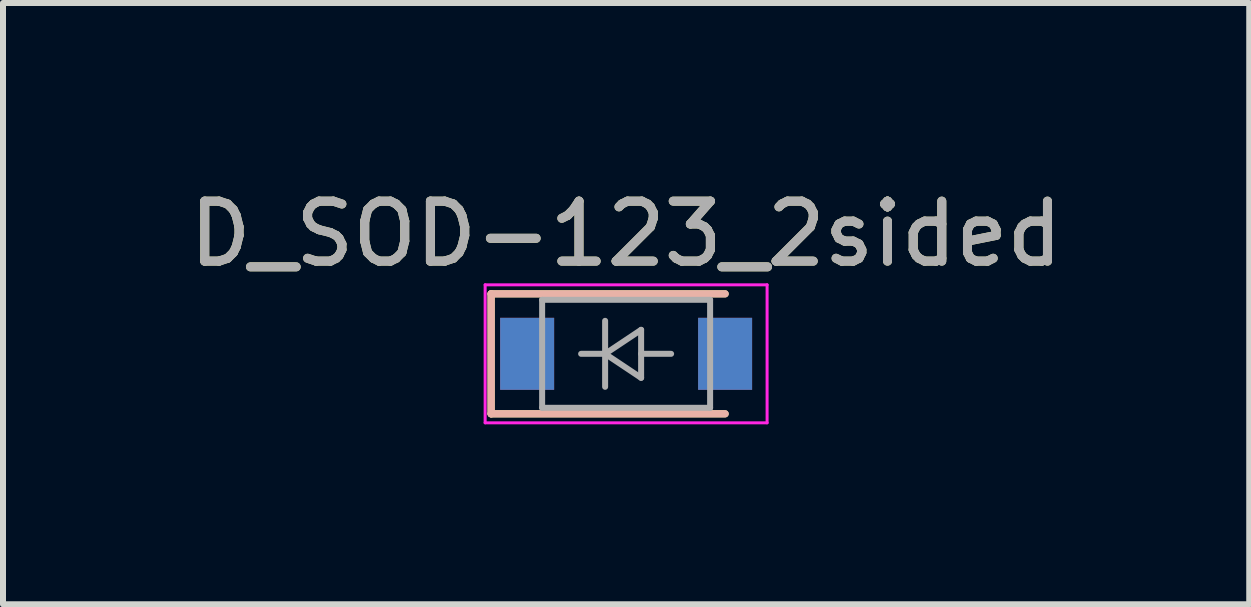
<source format=kicad_pcb>
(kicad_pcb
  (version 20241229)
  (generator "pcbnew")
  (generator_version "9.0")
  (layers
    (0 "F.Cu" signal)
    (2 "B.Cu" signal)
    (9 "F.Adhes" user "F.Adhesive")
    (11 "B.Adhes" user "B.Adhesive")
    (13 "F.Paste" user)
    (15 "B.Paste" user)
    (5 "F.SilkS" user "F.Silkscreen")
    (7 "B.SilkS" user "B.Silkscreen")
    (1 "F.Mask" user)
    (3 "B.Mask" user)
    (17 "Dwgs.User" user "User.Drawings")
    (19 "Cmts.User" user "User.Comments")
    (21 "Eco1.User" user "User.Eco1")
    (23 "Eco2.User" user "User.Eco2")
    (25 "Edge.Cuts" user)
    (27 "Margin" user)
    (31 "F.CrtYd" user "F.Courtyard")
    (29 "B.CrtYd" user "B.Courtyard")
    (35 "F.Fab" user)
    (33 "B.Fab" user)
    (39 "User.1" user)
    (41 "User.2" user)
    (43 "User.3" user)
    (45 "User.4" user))
  (footprint "D_SOD-123_2sided"
    (layer "F.Cu")
    (at 7.387 2.848)
    (property "Reference" "D_SOD-123_2sided" (at 0 -2 0) (layer "F.SilkS") (effects (font (size 1 1) (thickness 0.15))))
    (attr smd)
    (fp_line (start -2.25 -1) (end -2.25 1) (stroke (width 0.12) (type solid)) (layer "F.SilkS"))
    (fp_line (start -2.25 -1) (end 1.65 -1) (stroke (width 0.12) (type solid)) (layer "F.SilkS"))
    (fp_line (start -2.25 1) (end 1.65 1) (stroke (width 0.12) (type solid)) (layer "F.SilkS"))
    (fp_line (start -2.25 -1) (end -2.25 1) (stroke (width 0.12) (type solid)) (layer "B.SilkS"))
    (fp_line (start -2.25 -1) (end 1.65 -1) (stroke (width 0.12) (type solid)) (layer "B.SilkS"))
    (fp_line (start -2.25 1) (end 1.65 1) (stroke (width 0.12) (type solid)) (layer "B.SilkS"))
    (fp_line (start -2.35 -1.15) (end -2.35 1.15) (stroke (width 0.05) (type solid)) (layer "F.CrtYd"))
    (fp_line (start -2.35 -1.15) (end 2.35 -1.15) (stroke (width 0.05) (type solid)) (layer "F.CrtYd"))
    (fp_line (start 2.35 -1.15) (end 2.35 1.15) (stroke (width 0.05) (type solid)) (layer "F.CrtYd"))
    (fp_line (start 2.35 1.15) (end -2.35 1.15) (stroke (width 0.05) (type solid)) (layer "F.CrtYd"))
    (fp_line (start -1.4 -0.9) (end 1.4 -0.9) (stroke (width 0.1) (type solid)) (layer "F.Fab"))
    (fp_line (start -1.4 0.9) (end -1.4 -0.9) (stroke (width 0.1) (type solid)) (layer "F.Fab"))
    (fp_line (start -0.75 0) (end -0.35 0) (stroke (width 0.1) (type solid)) (layer "F.Fab"))
    (fp_line (start -0.35 0) (end -0.35 -0.55) (stroke (width 0.1) (type solid)) (layer "F.Fab"))
    (fp_line (start -0.35 0) (end -0.35 0.55) (stroke (width 0.1) (type solid)) (layer "F.Fab"))
    (fp_line (start -0.35 0) (end 0.25 -0.4) (stroke (width 0.1) (type solid)) (layer "F.Fab"))
    (fp_line (start 0.25 -0.4) (end 0.25 0.4) (stroke (width 0.1) (type solid)) (layer "F.Fab"))
    (fp_line (start 0.25 0) (end 0.75 0) (stroke (width 0.1) (type solid)) (layer "F.Fab"))
    (fp_line (start 0.25 0.4) (end -0.35 0) (stroke (width 0.1) (type solid)) (layer "F.Fab"))
    (fp_line (start 1.4 -0.9) (end 1.4 0.9) (stroke (width 0.1) (type solid)) (layer "F.Fab"))
    (fp_line (start 1.4 0.9) (end -1.4 0.9) (stroke (width 0.1) (type solid)) (layer "F.Fab"))
    (fp_text user "${REFERENCE}" (at 0 -2 0) (layer "F.Fab") (effects (font (size 1 1) (thickness 0.15))))
    (pad "1" smd rect (at -1.65 0) (size 0.9 1.2) (layers "F.Cu" "F.Mask" "F.Paste"))
    (pad "1" smd rect (at -1.65 0) (size 0.9 1.2) (layers "B.Cu" "B.Mask" "B.Paste"))
    (pad "2" smd rect (at 1.65 0) (size 0.9 1.2) (layers "F.Cu" "F.Mask" "F.Paste"))
    (pad "2" smd rect (at 1.65 0) (size 0.9 1.2) (layers "B.Cu" "B.Mask" "B.Paste")))
  (gr_rect
    (start -3 -3)
    (end 17.774 7.023)
    (stroke (width 0.1) (type default))
    (fill no)
    (layer "Edge.Cuts")))
</source>
